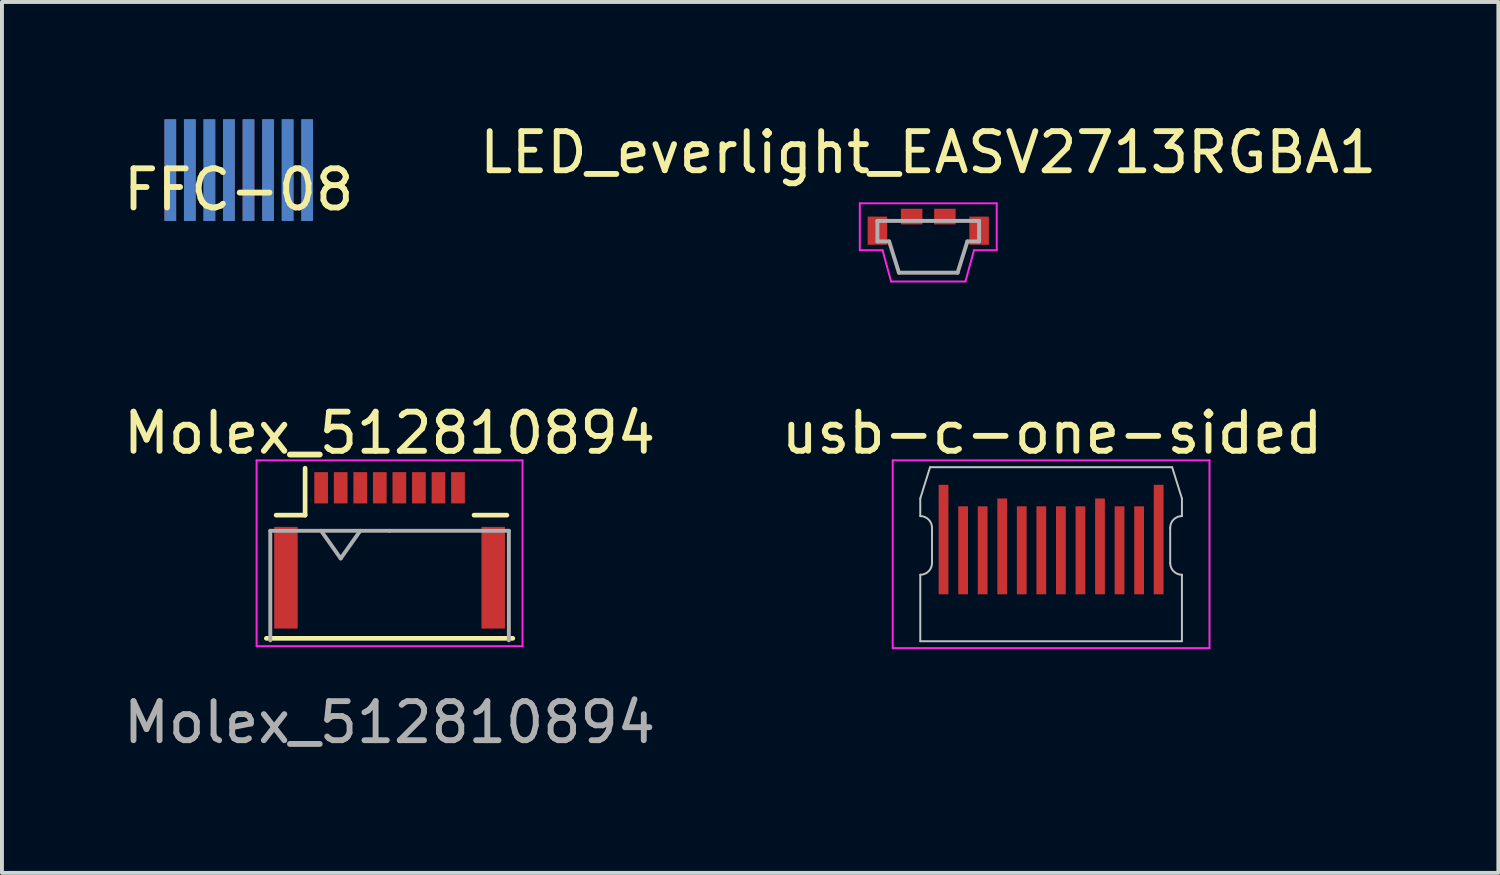
<source format=kicad_pcb>
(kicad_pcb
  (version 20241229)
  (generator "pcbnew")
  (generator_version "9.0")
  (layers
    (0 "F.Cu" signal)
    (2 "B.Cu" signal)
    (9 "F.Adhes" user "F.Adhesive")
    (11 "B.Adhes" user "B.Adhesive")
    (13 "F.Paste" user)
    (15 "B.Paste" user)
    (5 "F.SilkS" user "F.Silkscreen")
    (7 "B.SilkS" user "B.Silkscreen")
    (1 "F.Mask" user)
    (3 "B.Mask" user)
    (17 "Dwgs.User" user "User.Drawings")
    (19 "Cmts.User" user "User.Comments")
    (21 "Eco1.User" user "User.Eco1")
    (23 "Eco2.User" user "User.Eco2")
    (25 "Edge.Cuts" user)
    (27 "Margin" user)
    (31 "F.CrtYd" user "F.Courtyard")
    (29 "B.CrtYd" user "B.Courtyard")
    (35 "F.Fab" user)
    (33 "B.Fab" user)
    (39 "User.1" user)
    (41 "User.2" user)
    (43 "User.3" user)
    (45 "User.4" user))
  (footprint "FFC-08"
    (layer "F.Cu")
    (at 3.054 1.3)
    (property "Reference" "FFC-08" (at 0 0.5 0) (layer "F.SilkS") (effects (font (size 1 1) (thickness 0.15))))
    (attr through_hole)
    (pad "1" smd rect (at -1.75 0) (size 0.3 2.6) (layers "F.Cu" "F.Mask" "F.Paste"))
    (pad "1" smd rect (at -1.75 0) (size 0.3 2.6) (layers "B.Cu" "B.Mask" "B.Paste"))
    (pad "2" smd rect (at -1.25 0) (size 0.3 2.6) (layers "F.Cu" "F.Mask" "F.Paste"))
    (pad "2" smd rect (at -1.25 0) (size 0.3 2.6) (layers "B.Cu" "B.Mask" "B.Paste"))
    (pad "3" smd rect (at -0.75 0) (size 0.3 2.6) (layers "F.Cu" "F.Mask" "F.Paste"))
    (pad "3" smd rect (at -0.75 0) (size 0.3 2.6) (layers "B.Cu" "B.Mask" "B.Paste"))
    (pad "4" smd rect (at -0.25 0) (size 0.3 2.6) (layers "F.Cu" "F.Mask" "F.Paste"))
    (pad "4" smd rect (at -0.25 0) (size 0.3 2.6) (layers "B.Cu" "B.Mask" "B.Paste"))
    (pad "5" smd rect (at 0.25 0) (size 0.3 2.6) (layers "F.Cu" "F.Mask" "F.Paste"))
    (pad "5" smd rect (at 0.25 0) (size 0.3 2.6) (layers "B.Cu" "B.Mask" "B.Paste"))
    (pad "6" smd rect (at 0.75 0) (size 0.3 2.6) (layers "F.Cu" "F.Mask" "F.Paste"))
    (pad "6" smd rect (at 0.75 0) (size 0.3 2.6) (layers "B.Cu" "B.Mask" "B.Paste"))
    (pad "7" smd rect (at 1.25 0) (size 0.3 2.6) (layers "F.Cu" "F.Mask" "F.Paste"))
    (pad "7" smd rect (at 1.25 0) (size 0.3 2.6) (layers "B.Cu" "B.Mask" "B.Paste"))
    (pad "8" smd rect (at 1.75 0) (size 0.3 2.6) (layers "F.Cu" "F.Mask" "F.Paste"))
    (pad "8" smd rect (at 1.75 0) (size 0.3 2.6) (layers "B.Cu" "B.Mask" "B.Paste")))
  (footprint "Molex_512810894"
    (layer "F.Cu")
    (at 6.911 11.722)
    (property "Reference" "Molex_512810894" (at 0 -3.7 0) (layer "F.SilkS") (effects (font (size 1 1) (thickness 0.15))))
    (attr smd)
    (fp_line (start -3.15 1.55) (end 3.15 1.55) (stroke (width 0.12) (type solid)) (layer "F.SilkS"))
    (fp_line (start -2.16 -1.6) (end -2.9 -1.6) (stroke (width 0.12) (type solid)) (layer "F.SilkS"))
    (fp_line (start -2.16 -1.6) (end -2.16 -2.8) (stroke (width 0.12) (type solid)) (layer "F.SilkS"))
    (fp_line (start 2.16 -1.6) (end 3 -1.6) (stroke (width 0.12) (type solid)) (layer "F.SilkS"))
    (fp_line (start -3.4 -3) (end -3.4 1.75) (stroke (width 0.05) (type solid)) (layer "F.CrtYd"))
    (fp_line (start -3.4 1.75) (end 3.4 1.75) (stroke (width 0.05) (type solid)) (layer "F.CrtYd"))
    (fp_line (start 3.4 -3) (end -3.4 -3) (stroke (width 0.05) (type solid)) (layer "F.CrtYd"))
    (fp_line (start 3.4 1.75) (end 3.4 -3) (stroke (width 0.05) (type solid)) (layer "F.CrtYd"))
    (fp_line (start -3.05 -1.2) (end -3.05 1.6) (stroke (width 0.1) (type solid)) (layer "F.Fab"))
    (fp_line (start -1.75 -1.2) (end -1.25 -0.493) (stroke (width 0.1) (type solid)) (layer "F.Fab"))
    (fp_line (start -1.25 -0.493) (end -0.75 -1.2) (stroke (width 0.1) (type solid)) (layer "F.Fab"))
    (fp_line (start 0 -1.2) (end -3.05 -1.2) (stroke (width 0.1) (type solid)) (layer "F.Fab"))
    (fp_line (start 0 -1.2) (end 3.05 -1.2) (stroke (width 0.1) (type solid)) (layer "F.Fab"))
    (fp_line (start 3.05 -1.2) (end 3.05 1.6) (stroke (width 0.1) (type solid)) (layer "F.Fab"))
    (fp_text user "${REFERENCE}" (at 0 3.7 0) (layer "F.Fab") (effects (font (size 1 1) (thickness 0.15))))
    (pad "1" smd rect (at -1.75 -2.3) (size 0.35 0.8) (layers "F.Cu" "F.Mask" "F.Paste"))
    (pad "2" smd rect (at -1.25 -2.3) (size 0.35 0.8) (layers "F.Cu" "F.Mask" "F.Paste"))
    (pad "3" smd rect (at -0.75 -2.3) (size 0.35 0.8) (layers "F.Cu" "F.Mask" "F.Paste"))
    (pad "4" smd rect (at -0.25 -2.3) (size 0.35 0.8) (layers "F.Cu" "F.Mask" "F.Paste"))
    (pad "5" smd rect (at 0.25 -2.3) (size 0.35 0.8) (layers "F.Cu" "F.Mask" "F.Paste"))
    (pad "6" smd rect (at 0.75 -2.3) (size 0.35 0.8) (layers "F.Cu" "F.Mask" "F.Paste"))
    (pad "7" smd rect (at 1.25 -2.3) (size 0.35 0.8) (layers "F.Cu" "F.Mask" "F.Paste"))
    (pad "8" smd rect (at 1.75 -2.3) (size 0.35 0.8) (layers "F.Cu" "F.Mask" "F.Paste"))
    (pad "MP" smd rect (at -2.65 0) (size 0.6 2.6) (layers "F.Cu" "F.Mask" "F.Paste"))
    (pad "MP" smd rect (at 2.65 0) (size 0.6 2.6) (layers "F.Cu" "F.Mask" "F.Paste")))
  (footprint "usb-c-one-sided"
    (layer "F.Cu")
    (at 23.826 11.121)
    (property "Reference" "usb-c-one-sided" (at 0.025 -3.1 0) (layer "F.SilkS") (effects (font (size 1 1) (thickness 0.15))))
    (attr smd)
    (fp_line (start -3.345 -0.975) (end -3.345 -1.425) (stroke (width 0.05) (type solid)) (layer "Dwgs.User"))
    (fp_line (start -3.345 2.225) (end -3.345 0.525) (stroke (width 0.05) (type solid)) (layer "Dwgs.User"))
    (fp_line (start -3.095 -2.225) (end -3.345 -1.425) (stroke (width 0.05) (type solid)) (layer "Dwgs.User"))
    (fp_line (start -3.095 -2.225) (end 3.095 -2.225) (stroke (width 0.05) (type solid)) (layer "Dwgs.User"))
    (fp_line (start -3.045 -0.675) (end -3.045 0.225) (stroke (width 0.05) (type solid)) (layer "Dwgs.User"))
    (fp_line (start 3.045 -0.675) (end 3.045 0.225) (stroke (width 0.05) (type solid)) (layer "Dwgs.User"))
    (fp_line (start 3.345 -1.425) (end 3.095 -2.225) (stroke (width 0.05) (type solid)) (layer "Dwgs.User"))
    (fp_line (start 3.345 -0.975) (end 3.345 -1.425) (stroke (width 0.05) (type solid)) (layer "Dwgs.User"))
    (fp_line (start 3.345 2.225) (end -3.345 2.225) (stroke (width 0.05) (type solid)) (layer "Dwgs.User"))
    (fp_line (start 3.345 2.225) (end 3.345 0.525) (stroke (width 0.05) (type solid)) (layer "Dwgs.User"))
    (fp_arc (start -3.345 -0.975) (mid -3.132868 -0.887132) (end -3.045 -0.675) (stroke (width 0.05) (type solid)) (layer "Dwgs.User"))
    (fp_arc (start -3.045 0.225) (mid -3.132868 0.437132) (end -3.345 0.525) (stroke (width 0.05) (type solid)) (layer "Dwgs.User"))
    (fp_arc (start 3.045 -0.675) (mid 3.132868 -0.887132) (end 3.345 -0.975) (stroke (width 0.05) (type solid)) (layer "Dwgs.User"))
    (fp_arc (start 3.345 0.525) (mid 3.132868 0.437132) (end 3.045 0.225) (stroke (width 0.05) (type solid)) (layer "Dwgs.User"))
    (fp_line (start -4.05 -2.4) (end -4.05 2.4) (stroke (width 0.05) (type solid)) (layer "F.CrtYd"))
    (fp_line (start -4.05 2.4) (end 4.05 2.4) (stroke (width 0.05) (type solid)) (layer "F.CrtYd"))
    (fp_line (start 4.05 -2.4) (end -4.05 -2.4) (stroke (width 0.05) (type solid)) (layer "F.CrtYd"))
    (fp_line (start 4.05 2.4) (end 4.05 -2.4) (stroke (width 0.05) (type solid)) (layer "F.CrtYd"))
    (pad "1" smd rect (at -2.75 -0.375) (size 0.25 2.8) (layers "F.Cu" "F.Mask"))
    (pad "2" smd rect (at -2.25 -0.1) (size 0.25 2.25) (layers "F.Cu" "F.Mask"))
    (pad "3" smd rect (at -1.75 -0.1) (size 0.25 2.25) (layers "F.Cu" "F.Mask"))
    (pad "4" smd rect (at -1.25 -0.2) (size 0.25 2.45) (layers "F.Cu" "F.Mask"))
    (pad "5" smd rect (at -0.75 -0.1) (size 0.25 2.25) (layers "F.Cu" "F.Mask"))
    (pad "6" smd rect (at -0.25 -0.1) (size 0.25 2.25) (layers "F.Cu" "F.Mask"))
    (pad "7" smd rect (at 0.25 -0.1) (size 0.25 2.25) (layers "F.Cu" "F.Mask"))
    (pad "8" smd rect (at 0.75 -0.1) (size 0.25 2.25) (layers "F.Cu" "F.Mask"))
    (pad "9" smd rect (at 1.25 -0.2) (size 0.25 2.45) (layers "F.Cu" "F.Mask"))
    (pad "10" smd rect (at 1.75 -0.1) (size 0.25 2.25) (layers "F.Cu" "F.Mask"))
    (pad "11" smd rect (at 2.25 -0.1) (size 0.25 2.25) (layers "F.Cu" "F.Mask"))
    (pad "12" smd rect (at 2.75 -0.375) (size 0.25 2.8) (layers "F.Cu" "F.Mask")))
  (footprint "LED_everlight_EASV2713RGBA1"
    (layer "F.Cu")
    (at 20.685 2.848)
    (property "Reference" "LED_everlight_EASV2713RGBA1" (at 0 -2 0) (layer "F.SilkS") (effects (font (size 1 1) (thickness 0.15))))
    (attr smd)
    (fp_line (start -1.75 -0.7) (end -1.75 0.5) (stroke (width 0.05) (type solid)) (layer "F.CrtYd"))
    (fp_line (start -1.75 0.5) (end -1.17 0.5) (stroke (width 0.05) (type solid)) (layer "F.CrtYd"))
    (fp_line (start -0.95 1.3) (end -1.17 0.5) (stroke (width 0.05) (type solid)) (layer "F.CrtYd"))
    (fp_line (start -0.95 1.3) (end 0.95 1.3) (stroke (width 0.05) (type solid)) (layer "F.CrtYd"))
    (fp_line (start 1.17 0.5) (end 0.95 1.3) (stroke (width 0.05) (type solid)) (layer "F.CrtYd"))
    (fp_line (start 1.75 -0.7) (end -1.75 -0.7) (stroke (width 0.05) (type solid)) (layer "F.CrtYd"))
    (fp_line (start 1.75 -0.7) (end 1.75 0.5) (stroke (width 0.05) (type solid)) (layer "F.CrtYd"))
    (fp_line (start 1.75 0.5) (end 1.17 0.5) (stroke (width 0.05) (type solid)) (layer "F.CrtYd"))
    (fp_line (start -1.3 -0.25) (end -1.3 0.275) (stroke (width 0.1) (type solid)) (layer "F.Fab"))
    (fp_line (start -1 0.275) (end -1.3 0.275) (stroke (width 0.1) (type solid)) (layer "F.Fab"))
    (fp_line (start -0.75 1.075) (end -1 0.275) (stroke (width 0.1) (type solid)) (layer "F.Fab"))
    (fp_line (start -0.75 1.075) (end 0.75 1.075) (stroke (width 0.1) (type solid)) (layer "F.Fab"))
    (fp_line (start 0.75 1.075) (end 1 0.275) (stroke (width 0.1) (type solid)) (layer "F.Fab"))
    (fp_line (start 1.3 -0.25) (end -1.3 -0.25) (stroke (width 0.1) (type solid)) (layer "F.Fab"))
    (fp_line (start 1.3 0.275) (end 1 0.275) (stroke (width 0.1) (type solid)) (layer "F.Fab"))
    (fp_line (start 1.3 0.275) (end 1.3 -0.25) (stroke (width 0.1) (type solid)) (layer "F.Fab"))
    (pad "1" smd rect (at -1.3 0) (size 0.5 0.72) (layers "F.Cu" "F.Mask" "F.Paste"))
    (pad "2" smd rect (at -0.425 -0.36) (size 0.55 0.4) (layers "F.Cu" "F.Mask" "F.Paste"))
    (pad "3" smd rect (at 0.425 -0.36) (size 0.55 0.4) (layers "F.Cu" "F.Mask" "F.Paste"))
    (pad "4" smd rect (at 1.3 0) (size 0.5 0.72) (layers "F.Cu" "F.Mask" "F.Paste")))
  (gr_rect
    (start -3 -3)
    (end 35.262 19.27)
    (stroke (width 0.1) (type default))
    (fill no)
    (layer "Edge.Cuts")))
</source>
